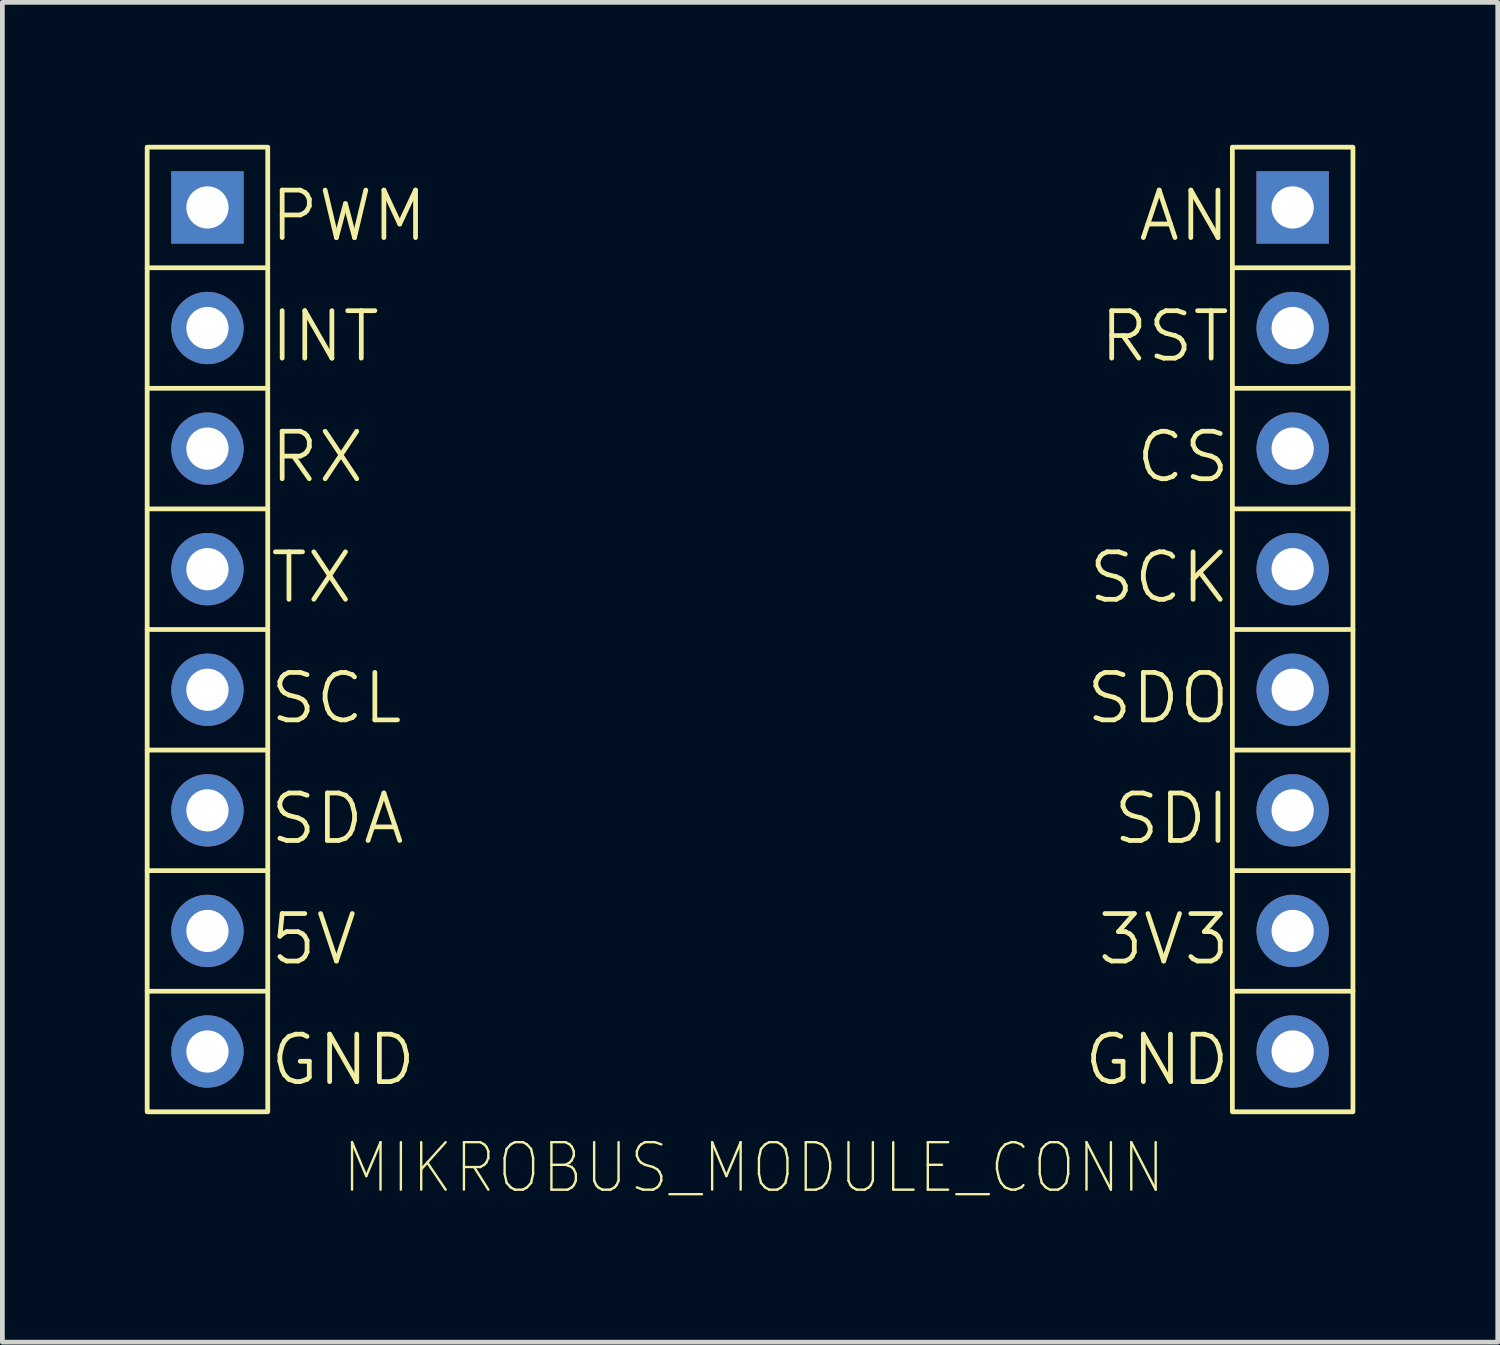
<source format=kicad_pcb>
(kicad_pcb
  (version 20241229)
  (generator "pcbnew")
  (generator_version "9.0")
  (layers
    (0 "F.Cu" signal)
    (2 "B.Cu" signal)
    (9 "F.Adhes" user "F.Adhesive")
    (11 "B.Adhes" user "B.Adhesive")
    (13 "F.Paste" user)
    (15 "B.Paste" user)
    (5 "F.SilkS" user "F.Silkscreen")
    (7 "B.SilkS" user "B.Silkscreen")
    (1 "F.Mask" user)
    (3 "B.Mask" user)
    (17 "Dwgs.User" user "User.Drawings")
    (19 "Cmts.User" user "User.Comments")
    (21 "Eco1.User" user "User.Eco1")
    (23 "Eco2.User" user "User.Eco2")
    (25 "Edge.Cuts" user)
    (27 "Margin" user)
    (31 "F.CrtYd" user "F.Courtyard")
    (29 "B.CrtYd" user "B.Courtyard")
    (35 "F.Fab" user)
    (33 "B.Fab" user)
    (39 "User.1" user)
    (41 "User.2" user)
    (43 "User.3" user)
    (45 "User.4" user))
  (footprint "MIKROBUS_MODULE_CONN"
    (layer "F.Cu")
    (at 1.32 1.32)
    (property "Reference" "MIKROBUS_MODULE_CONN" (at 11.51 20.23 0) (layer "F.SilkS") (effects (font (size 1 0.9) (thickness 0.05))))
    (attr through_hole)
    (fp_line (start -1.27 1.27) (end 1.27 1.27) (stroke (width 0.1) (type default)) (layer "F.SilkS"))
    (fp_line (start 1.27 3.81) (end -1.27 3.81) (stroke (width 0.1) (type default)) (layer "F.SilkS"))
    (fp_line (start 1.27 6.35) (end -1.27 6.35) (stroke (width 0.1) (type default)) (layer "F.SilkS"))
    (fp_line (start 1.27 8.89) (end -1.27 8.89) (stroke (width 0.1) (type default)) (layer "F.SilkS"))
    (fp_line (start 1.27 11.43) (end -1.27 11.43) (stroke (width 0.1) (type default)) (layer "F.SilkS"))
    (fp_line (start 1.27 13.97) (end -1.27 13.97) (stroke (width 0.1) (type default)) (layer "F.SilkS"))
    (fp_line (start 1.27 16.51) (end -1.27 16.51) (stroke (width 0.1) (type default)) (layer "F.SilkS"))
    (fp_line (start 24.13 1.27) (end 21.59 1.27) (stroke (width 0.1) (type default)) (layer "F.SilkS"))
    (fp_line (start 24.13 3.81) (end 21.59 3.81) (stroke (width 0.1) (type default)) (layer "F.SilkS"))
    (fp_line (start 24.13 6.35) (end 21.59 6.35) (stroke (width 0.1) (type default)) (layer "F.SilkS"))
    (fp_line (start 24.13 8.89) (end 21.59 8.89) (stroke (width 0.1) (type default)) (layer "F.SilkS"))
    (fp_line (start 24.13 11.43) (end 21.59 11.43) (stroke (width 0.1) (type default)) (layer "F.SilkS"))
    (fp_line (start 24.13 13.97) (end 21.59 13.97) (stroke (width 0.1) (type default)) (layer "F.SilkS"))
    (fp_line (start 24.13 16.51) (end 21.59 16.51) (stroke (width 0.1) (type default)) (layer "F.SilkS"))
    (fp_rect (start -1.27 -1.27) (end 1.27 19.05) (stroke (width 0.1) (type default)) (fill no) (layer "F.SilkS"))
    (fp_rect (start 21.59 -1.27) (end 24.13 19.05) (stroke (width 0.1) (type default)) (fill no) (layer "F.SilkS"))
    (fp_text user "GND" (at 1.27 18.542 0) (unlocked yes) (layer "F.SilkS") (effects (font (size 1 1) (thickness 0.1)) (justify left bottom)))
    (fp_text user "SDI" (at 21.59 13.462 0) (unlocked yes) (layer "F.SilkS") (effects (font (size 1 1) (thickness 0.1)) (justify right bottom)))
    (fp_text user "5V" (at 1.27 16.002 0) (unlocked yes) (layer "F.SilkS") (effects (font (size 1 1) (thickness 0.1)) (justify left bottom)))
    (fp_text user "INT" (at 1.27 3.302 0) (unlocked yes) (layer "F.SilkS") (effects (font (size 1 1) (thickness 0.1)) (justify left bottom)))
    (fp_text user "SDA" (at 1.27 13.462 0) (unlocked yes) (layer "F.SilkS") (effects (font (size 1 1) (thickness 0.1)) (justify left bottom)))
    (fp_text user "3V3" (at 21.59 16.002 0) (unlocked yes) (layer "F.SilkS") (effects (font (size 1 1) (thickness 0.1)) (justify right bottom)))
    (fp_text user "SCL" (at 1.27 10.922 0) (unlocked yes) (layer "F.SilkS") (effects (font (size 1 1) (thickness 0.1)) (justify left bottom)))
    (fp_text user "RST" (at 21.59 3.302 0) (unlocked yes) (layer "F.SilkS") (effects (font (size 1 1) (thickness 0.1)) (justify right bottom)))
    (fp_text user "AN" (at 21.59 0.762 0) (unlocked yes) (layer "F.SilkS") (effects (font (size 1 1) (thickness 0.1)) (justify right bottom)))
    (fp_text user "TX" (at 1.27 8.382 0) (unlocked yes) (layer "F.SilkS") (effects (font (size 1 1) (thickness 0.1)) (justify left bottom)))
    (fp_text user "SDO" (at 21.59 10.922 0) (unlocked yes) (layer "F.SilkS") (effects (font (size 1 1) (thickness 0.1)) (justify right bottom)))
    (fp_text user "SCK" (at 21.59 8.382 0) (unlocked yes) (layer "F.SilkS") (effects (font (size 1 1) (thickness 0.1)) (justify right bottom)))
    (fp_text user "PWM" (at 1.27 0.762 0) (unlocked yes) (layer "F.SilkS") (effects (font (size 1 1) (thickness 0.1)) (justify left bottom)))
    (fp_text user "GND" (at 21.59 18.542 0) (unlocked yes) (layer "F.SilkS") (effects (font (size 1 1) (thickness 0.1)) (justify right bottom)))
    (fp_text user "RX" (at 1.27 5.842 0) (unlocked yes) (layer "F.SilkS") (effects (font (size 1 1) (thickness 0.1)) (justify left bottom)))
    (fp_text user "CS" (at 21.59 5.842 0) (unlocked yes) (layer "F.SilkS") (effects (font (size 1 1) (thickness 0.1)) (justify right bottom)))
    (pad "P1" thru_hole rect (at 22.86 0) (size 1.524 1.524) (drill 0.889) (layers "*.Cu" "*.Mask"))
    (pad "P2" thru_hole circle (at 22.86 2.54) (size 1.524 1.524) (drill 0.889) (layers "*.Cu" "*.Mask"))
    (pad "P3" thru_hole circle (at 22.86 5.08) (size 1.524 1.524) (drill 0.889) (layers "*.Cu" "*.Mask"))
    (pad "P4" thru_hole circle (at 22.86 7.62) (size 1.524 1.524) (drill 0.889) (layers "*.Cu" "*.Mask"))
    (pad "P5" thru_hole circle (at 22.86 10.16) (size 1.524 1.524) (drill 0.889) (layers "*.Cu" "*.Mask"))
    (pad "P6" thru_hole circle (at 22.86 12.7) (size 1.524 1.524) (drill 0.889) (layers "*.Cu" "*.Mask"))
    (pad "P7" thru_hole circle (at 22.86 15.24) (size 1.524 1.524) (drill 0.889) (layers "*.Cu" "*.Mask"))
    (pad "P8" thru_hole circle (at 22.86 17.78) (size 1.524 1.524) (drill 0.889) (layers "*.Cu" "*.Mask"))
    (pad "P9" thru_hole circle (at 0 17.78) (size 1.524 1.524) (drill 0.889) (layers "*.Cu" "*.Mask"))
    (pad "P10" thru_hole circle (at 0 15.24) (size 1.524 1.524) (drill 0.889) (layers "*.Cu" "*.Mask"))
    (pad "P11" thru_hole circle (at 0 12.7) (size 1.524 1.524) (drill 0.889) (layers "*.Cu" "*.Mask"))
    (pad "P12" thru_hole circle (at 0 10.16) (size 1.524 1.524) (drill 0.889) (layers "*.Cu" "*.Mask"))
    (pad "P13" thru_hole circle (at 0 7.62) (size 1.524 1.524) (drill 0.889) (layers "*.Cu" "*.Mask"))
    (pad "P14" thru_hole circle (at 0 5.08) (size 1.524 1.524) (drill 0.889) (layers "*.Cu" "*.Mask"))
    (pad "P15" thru_hole circle (at 0 2.54) (size 1.524 1.524) (drill 0.889) (layers "*.Cu" "*.Mask"))
    (pad "P16" thru_hole rect (at 0 0) (size 1.524 1.524) (drill 0.889) (layers "*.Cu" "*.Mask")))
  (gr_rect
    (start -3 -3)
    (end 28.5 25.223)
    (stroke (width 0.1) (type default))
    (fill no)
    (layer "Edge.Cuts")))
</source>
